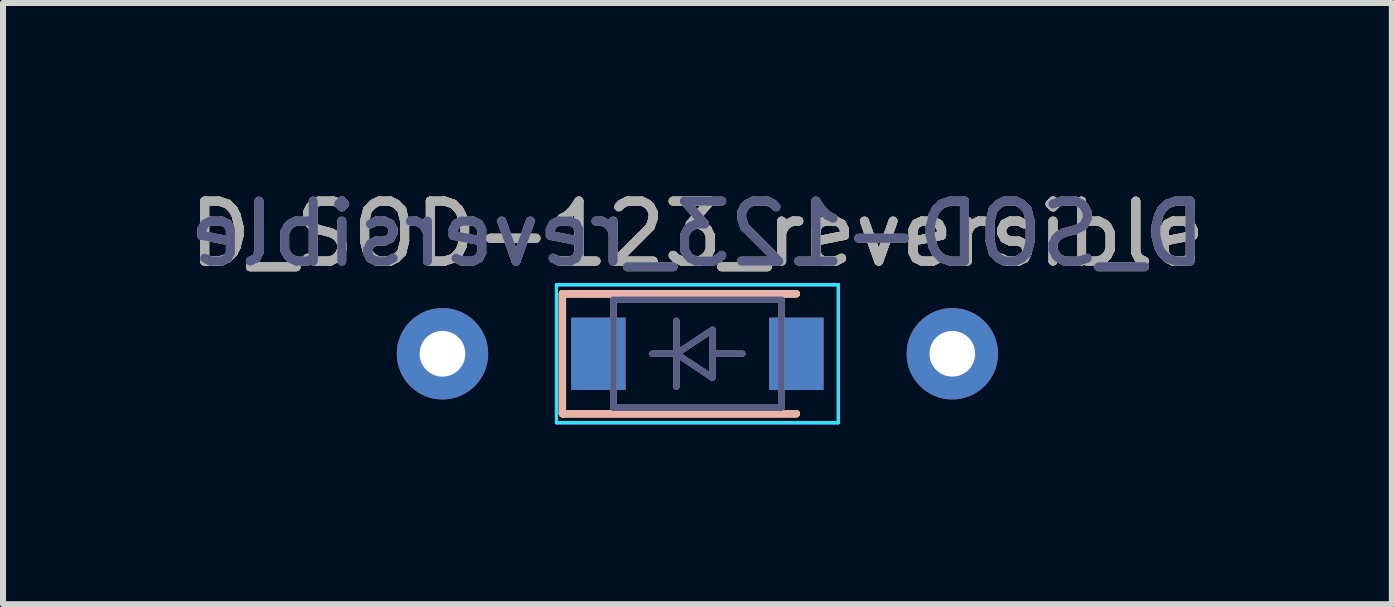
<source format=kicad_pcb>
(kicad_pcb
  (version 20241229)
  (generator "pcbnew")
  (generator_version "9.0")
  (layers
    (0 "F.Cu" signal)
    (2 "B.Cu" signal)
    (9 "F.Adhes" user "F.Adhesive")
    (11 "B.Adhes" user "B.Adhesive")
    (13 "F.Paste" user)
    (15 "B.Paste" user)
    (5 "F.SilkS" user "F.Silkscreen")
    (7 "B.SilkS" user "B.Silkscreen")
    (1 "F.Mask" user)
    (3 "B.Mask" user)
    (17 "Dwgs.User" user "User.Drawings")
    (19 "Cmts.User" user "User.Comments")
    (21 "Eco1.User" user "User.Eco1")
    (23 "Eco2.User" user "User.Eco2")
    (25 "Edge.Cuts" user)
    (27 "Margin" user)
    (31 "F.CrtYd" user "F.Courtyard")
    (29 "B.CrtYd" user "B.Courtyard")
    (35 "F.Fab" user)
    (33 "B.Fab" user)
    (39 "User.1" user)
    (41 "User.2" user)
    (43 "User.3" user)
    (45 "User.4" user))
  (footprint "D_SOD-123_reversible"
    (layer "F.Cu")
    (at 8.577 2.848)
    (property "Reference" "D_SOD-123_reversible" (at 0 -2 0) (layer "F.SilkS") (effects (font (size 1 1) (thickness 0.15))))
    (attr smd)
    (fp_line (start -2.25 -1) (end -2.25 1) (stroke (width 0.12) (type solid)) (layer "F.SilkS"))
    (fp_line (start -2.25 -1) (end -2.25 1) (stroke (width 0.12) (type solid)) (layer "F.SilkS"))
    (fp_line (start -2.25 -1) (end 1.65 -1) (stroke (width 0.12) (type solid)) (layer "F.SilkS"))
    (fp_line (start -2.25 -1) (end 1.65 -1) (stroke (width 0.12) (type solid)) (layer "F.SilkS"))
    (fp_line (start -2.25 1) (end 1.65 1) (stroke (width 0.12) (type solid)) (layer "F.SilkS"))
    (fp_line (start -2.25 1) (end 1.65 1) (stroke (width 0.12) (type solid)) (layer "F.SilkS"))
    (fp_line (start -2.25 -1) (end 1.65 -1) (stroke (width 0.12) (type solid)) (layer "B.SilkS"))
    (fp_line (start -2.25 -1) (end 1.65 -1) (stroke (width 0.12) (type solid)) (layer "B.SilkS"))
    (fp_line (start -2.25 1) (end -2.25 -1) (stroke (width 0.12) (type solid)) (layer "B.SilkS"))
    (fp_line (start -2.25 1) (end -2.25 -1) (stroke (width 0.12) (type solid)) (layer "B.SilkS"))
    (fp_line (start -2.25 1) (end 1.65 1) (stroke (width 0.12) (type solid)) (layer "B.SilkS"))
    (fp_line (start -2.25 1) (end 1.65 1) (stroke (width 0.12) (type solid)) (layer "B.SilkS"))
    (fp_line (start -2.35 1.15) (end -2.35 -1.15) (stroke (width 0.05) (type solid)) (layer "B.CrtYd"))
    (fp_line (start -2.35 1.15) (end -2.35 -1.15) (stroke (width 0.05) (type solid)) (layer "B.CrtYd"))
    (fp_line (start -2.35 1.15) (end 2.35 1.15) (stroke (width 0.05) (type solid)) (layer "B.CrtYd"))
    (fp_line (start -2.35 1.15) (end 2.35 1.15) (stroke (width 0.05) (type solid)) (layer "B.CrtYd"))
    (fp_line (start 2.35 -1.15) (end -2.35 -1.15) (stroke (width 0.05) (type solid)) (layer "B.CrtYd"))
    (fp_line (start 2.35 -1.15) (end -2.35 -1.15) (stroke (width 0.05) (type solid)) (layer "B.CrtYd"))
    (fp_line (start 2.35 1.15) (end 2.35 -1.15) (stroke (width 0.05) (type solid)) (layer "B.CrtYd"))
    (fp_line (start 2.35 1.15) (end 2.35 -1.15) (stroke (width 0.05) (type solid)) (layer "B.CrtYd"))
    (fp_line (start -2.35 -1.15) (end -2.35 1.15) (stroke (width 0.05) (type solid)) (layer "F.CrtYd"))
    (fp_line (start -2.35 -1.15) (end -2.35 1.15) (stroke (width 0.05) (type solid)) (layer "F.CrtYd"))
    (fp_line (start -2.35 -1.15) (end 2.35 -1.15) (stroke (width 0.05) (type solid)) (layer "F.CrtYd"))
    (fp_line (start -2.35 -1.15) (end 2.35 -1.15) (stroke (width 0.05) (type solid)) (layer "F.CrtYd"))
    (fp_line (start 2.35 -1.15) (end 2.35 1.15) (stroke (width 0.05) (type solid)) (layer "F.CrtYd"))
    (fp_line (start 2.35 -1.15) (end 2.35 1.15) (stroke (width 0.05) (type solid)) (layer "F.CrtYd"))
    (fp_line (start 2.35 1.15) (end -2.35 1.15) (stroke (width 0.05) (type solid)) (layer "F.CrtYd"))
    (fp_line (start 2.35 1.15) (end -2.35 1.15) (stroke (width 0.05) (type solid)) (layer "F.CrtYd"))
    (fp_line (start -1.4 -0.9) (end -1.4 0.9) (stroke (width 0.1) (type solid)) (layer "B.Fab"))
    (fp_line (start -1.4 -0.9) (end -1.4 0.9) (stroke (width 0.1) (type solid)) (layer "B.Fab"))
    (fp_line (start -1.4 0.9) (end 1.4 0.9) (stroke (width 0.1) (type solid)) (layer "B.Fab"))
    (fp_line (start -1.4 0.9) (end 1.4 0.9) (stroke (width 0.1) (type solid)) (layer "B.Fab"))
    (fp_line (start -0.75 0) (end -0.35 0) (stroke (width 0.1) (type solid)) (layer "B.Fab"))
    (fp_line (start -0.75 0) (end -0.35 0) (stroke (width 0.1) (type solid)) (layer "B.Fab"))
    (fp_line (start -0.35 0) (end -0.35 -0.55) (stroke (width 0.1) (type solid)) (layer "B.Fab"))
    (fp_line (start -0.35 0) (end -0.35 -0.55) (stroke (width 0.1) (type solid)) (layer "B.Fab"))
    (fp_line (start -0.35 0) (end -0.35 0.55) (stroke (width 0.1) (type solid)) (layer "B.Fab"))
    (fp_line (start -0.35 0) (end -0.35 0.55) (stroke (width 0.1) (type solid)) (layer "B.Fab"))
    (fp_line (start -0.35 0) (end 0.25 0.4) (stroke (width 0.1) (type solid)) (layer "B.Fab"))
    (fp_line (start -0.35 0) (end 0.25 0.4) (stroke (width 0.1) (type solid)) (layer "B.Fab"))
    (fp_line (start 0.25 -0.4) (end -0.35 0) (stroke (width 0.1) (type solid)) (layer "B.Fab"))
    (fp_line (start 0.25 -0.4) (end -0.35 0) (stroke (width 0.1) (type solid)) (layer "B.Fab"))
    (fp_line (start 0.25 0) (end 0.75 0) (stroke (width 0.1) (type solid)) (layer "B.Fab"))
    (fp_line (start 0.25 0) (end 0.75 0) (stroke (width 0.1) (type solid)) (layer "B.Fab"))
    (fp_line (start 0.25 0.4) (end 0.25 -0.4) (stroke (width 0.1) (type solid)) (layer "B.Fab"))
    (fp_line (start 0.25 0.4) (end 0.25 -0.4) (stroke (width 0.1) (type solid)) (layer "B.Fab"))
    (fp_line (start 1.4 -0.9) (end -1.4 -0.9) (stroke (width 0.1) (type solid)) (layer "B.Fab"))
    (fp_line (start 1.4 -0.9) (end -1.4 -0.9) (stroke (width 0.1) (type solid)) (layer "B.Fab"))
    (fp_line (start 1.4 0.9) (end 1.4 -0.9) (stroke (width 0.1) (type solid)) (layer "B.Fab"))
    (fp_line (start 1.4 0.9) (end 1.4 -0.9) (stroke (width 0.1) (type solid)) (layer "B.Fab"))
    (fp_line (start -1.4 -0.9) (end 1.4 -0.9) (stroke (width 0.1) (type solid)) (layer "F.Fab"))
    (fp_line (start -1.4 -0.9) (end 1.4 -0.9) (stroke (width 0.1) (type solid)) (layer "F.Fab"))
    (fp_line (start -1.4 0.9) (end -1.4 -0.9) (stroke (width 0.1) (type solid)) (layer "F.Fab"))
    (fp_line (start -1.4 0.9) (end -1.4 -0.9) (stroke (width 0.1) (type solid)) (layer "F.Fab"))
    (fp_line (start -0.75 0) (end -0.35 0) (stroke (width 0.1) (type solid)) (layer "F.Fab"))
    (fp_line (start -0.75 0) (end -0.35 0) (stroke (width 0.1) (type solid)) (layer "F.Fab"))
    (fp_line (start -0.35 0) (end -0.35 -0.55) (stroke (width 0.1) (type solid)) (layer "F.Fab"))
    (fp_line (start -0.35 0) (end -0.35 -0.55) (stroke (width 0.1) (type solid)) (layer "F.Fab"))
    (fp_line (start -0.35 0) (end -0.35 0.55) (stroke (width 0.1) (type solid)) (layer "F.Fab"))
    (fp_line (start -0.35 0) (end -0.35 0.55) (stroke (width 0.1) (type solid)) (layer "F.Fab"))
    (fp_line (start -0.35 0) (end 0.25 -0.4) (stroke (width 0.1) (type solid)) (layer "F.Fab"))
    (fp_line (start -0.35 0) (end 0.25 -0.4) (stroke (width 0.1) (type solid)) (layer "F.Fab"))
    (fp_line (start 0.25 -0.4) (end 0.25 0.4) (stroke (width 0.1) (type solid)) (layer "F.Fab"))
    (fp_line (start 0.25 -0.4) (end 0.25 0.4) (stroke (width 0.1) (type solid)) (layer "F.Fab"))
    (fp_line (start 0.25 0) (end 0.75 0) (stroke (width 0.1) (type solid)) (layer "F.Fab"))
    (fp_line (start 0.25 0) (end 0.75 0) (stroke (width 0.1) (type solid)) (layer "F.Fab"))
    (fp_line (start 0.25 0.4) (end -0.35 0) (stroke (width 0.1) (type solid)) (layer "F.Fab"))
    (fp_line (start 0.25 0.4) (end -0.35 0) (stroke (width 0.1) (type solid)) (layer "F.Fab"))
    (fp_line (start 1.4 -0.9) (end 1.4 0.9) (stroke (width 0.1) (type solid)) (layer "F.Fab"))
    (fp_line (start 1.4 -0.9) (end 1.4 0.9) (stroke (width 0.1) (type solid)) (layer "F.Fab"))
    (fp_line (start 1.4 0.9) (end -1.4 0.9) (stroke (width 0.1) (type solid)) (layer "F.Fab"))
    (fp_line (start 1.4 0.9) (end -1.4 0.9) (stroke (width 0.1) (type solid)) (layer "F.Fab"))
    (fp_text user "${REFERENCE}" (at 0 -2 0) (layer "B.SilkS") (effects (font (size 1 1) (thickness 0.15)) (justify mirror)))
    (fp_text user "${REFERENCE}" (at 0 -2 0) (layer "B.Fab") (effects (font (size 1 1) (thickness 0.15)) (justify mirror)))
    (fp_text user "${REFERENCE}" (at 0 -2 0) (layer "F.Fab") (effects (font (size 1 1) (thickness 0.15))))
    (fp_text user "${REFERENCE}" (at 0 -2 0) (layer "F.Fab") (effects (font (size 1 1) (thickness 0.15))))
    (pad "1" thru_hole circle (at -4.25 0) (size 1.524 1.524) (drill 0.762) (layers "*.Cu" "*.Mask"))
    (pad "1" smd rect (at -1.65 0) (size 0.9 1.2) (layers "F.Cu" "F.Mask" "F.Paste"))
    (pad "1" smd rect (at -1.65 0) (size 0.9 1.2) (layers "F.Cu" "F.Mask" "F.Paste"))
    (pad "1" smd rect (at -1.65 0) (size 0.9 1.2) (layers "B.Cu" "B.Mask" "B.Paste"))
    (pad "1" smd rect (at -1.65 0) (size 0.9 1.2) (layers "B.Cu" "B.Mask" "B.Paste"))
    (pad "2" smd rect (at 1.65 0) (size 0.9 1.2) (layers "F.Cu" "F.Mask" "F.Paste"))
    (pad "2" smd rect (at 1.65 0) (size 0.9 1.2) (layers "F.Cu" "F.Mask" "F.Paste"))
    (pad "2" smd rect (at 1.65 0) (size 0.9 1.2) (layers "B.Cu" "B.Mask" "B.Paste"))
    (pad "2" smd rect (at 1.65 0) (size 0.9 1.2) (layers "B.Cu" "B.Mask" "B.Paste"))
    (pad "2" thru_hole circle (at 4.25 0) (size 1.524 1.524) (drill 0.762) (layers "*.Cu" "*.Mask")))
  (gr_rect
    (start -3 -3)
    (end 20.155 7.023)
    (stroke (width 0.1) (type default))
    (fill no)
    (layer "Edge.Cuts")))
</source>
